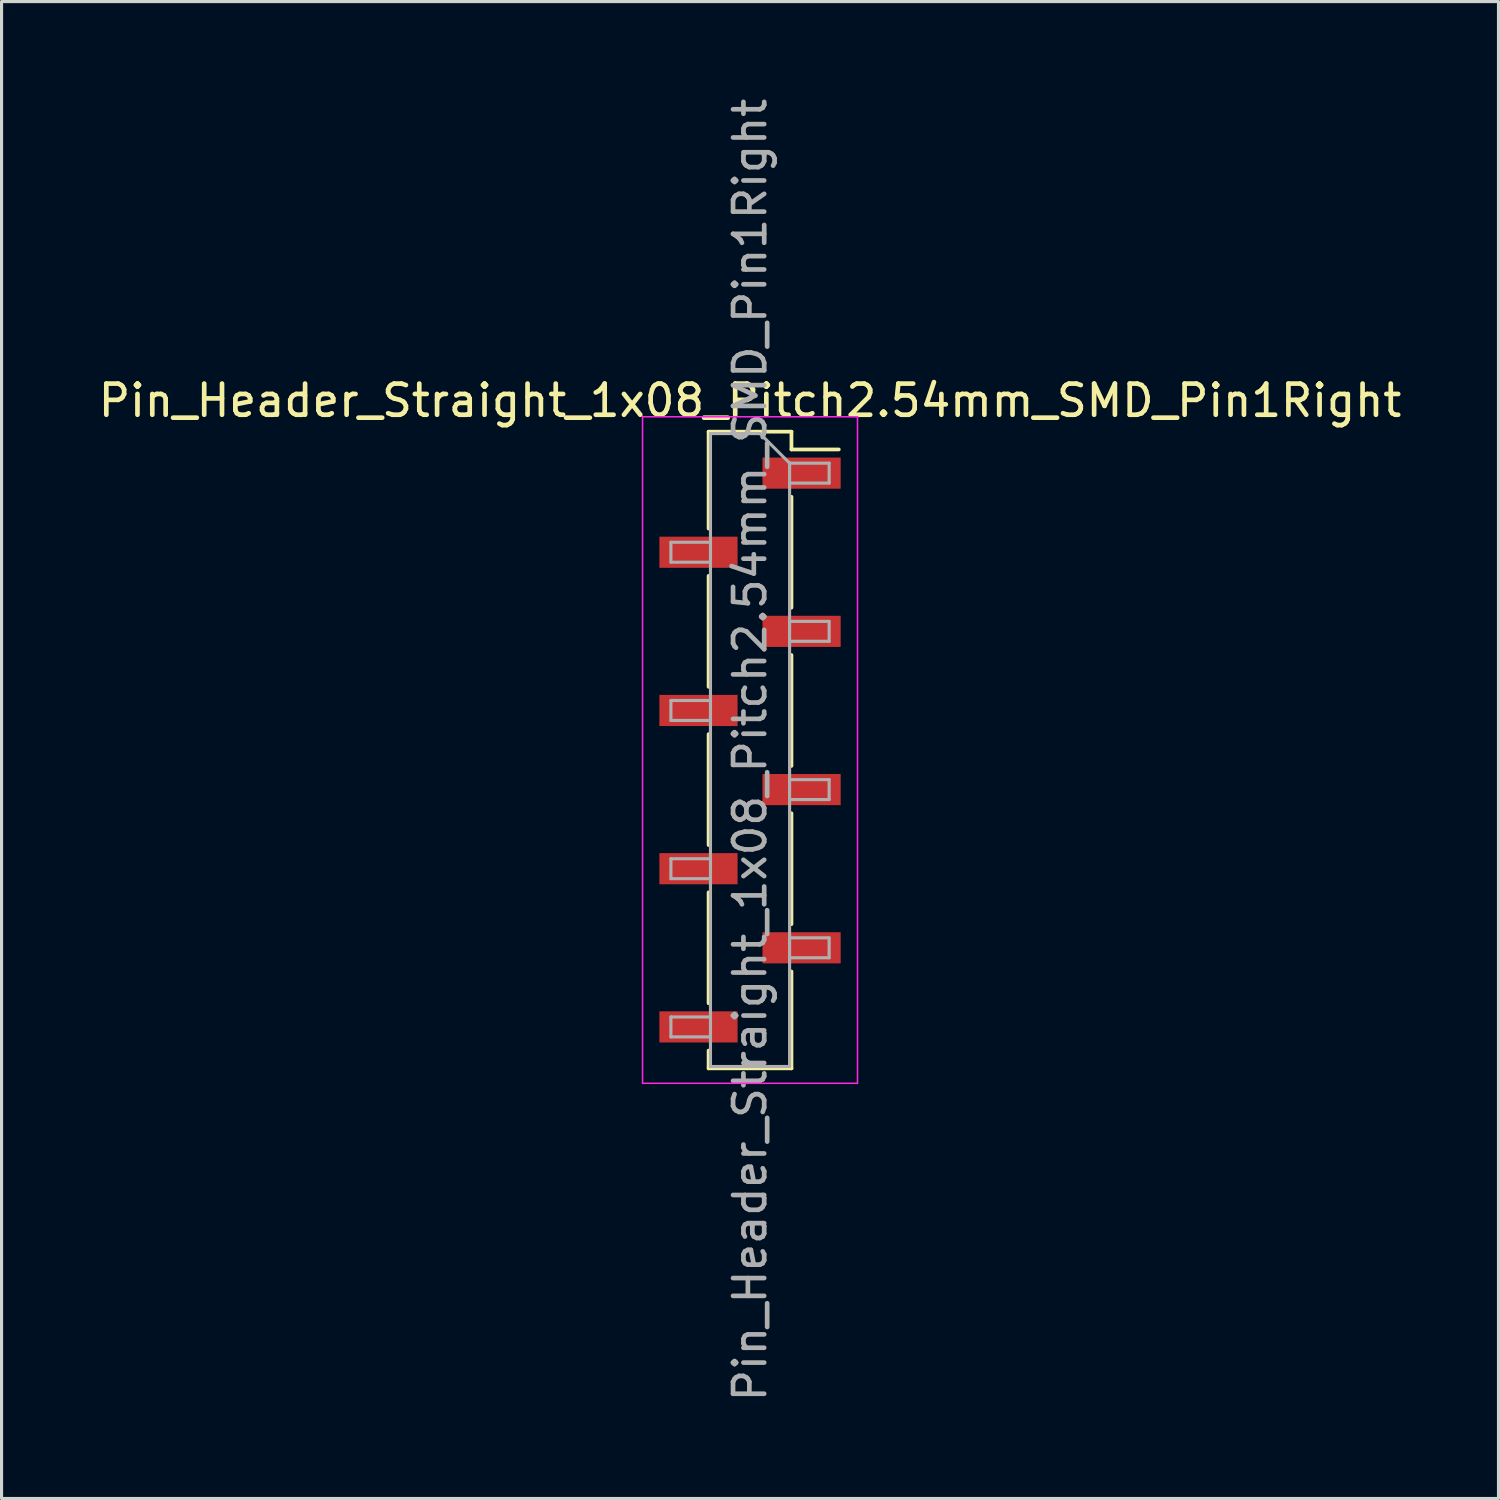
<source format=kicad_pcb>
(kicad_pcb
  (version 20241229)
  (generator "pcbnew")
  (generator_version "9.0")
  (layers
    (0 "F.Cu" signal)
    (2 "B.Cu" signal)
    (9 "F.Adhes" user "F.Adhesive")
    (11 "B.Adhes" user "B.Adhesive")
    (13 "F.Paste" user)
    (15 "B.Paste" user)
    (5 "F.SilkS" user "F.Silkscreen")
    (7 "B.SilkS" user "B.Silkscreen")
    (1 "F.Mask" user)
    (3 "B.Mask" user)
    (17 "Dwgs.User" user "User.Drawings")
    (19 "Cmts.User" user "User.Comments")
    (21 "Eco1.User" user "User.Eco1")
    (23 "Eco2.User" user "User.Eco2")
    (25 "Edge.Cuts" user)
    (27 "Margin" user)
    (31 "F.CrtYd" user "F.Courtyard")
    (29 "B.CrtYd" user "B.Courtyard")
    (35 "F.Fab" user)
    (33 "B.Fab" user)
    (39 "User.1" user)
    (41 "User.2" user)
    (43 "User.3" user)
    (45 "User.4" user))
  (footprint "Pin_Header_Straight_1x08_Pitch2.54mm_SMD_Pin1Right"
    (layer "F.Cu")
    (at 21.03 21.03)
    (property "Reference" "Pin_Header_Straight_1x08_Pitch2.54mm_SMD_Pin1Right" (at 0 -11.22 0) (layer "F.SilkS") (effects (font (size 1 1) (thickness 0.15))))
    (attr smd)
    (fp_line (start -1.33 -10.22) (end -1.33 -7.11) (stroke (width 0.12) (type solid)) (layer "F.SilkS"))
    (fp_line (start -1.33 -10.22) (end 1.33 -10.22) (stroke (width 0.12) (type solid)) (layer "F.SilkS"))
    (fp_line (start -1.33 -5.59) (end -1.33 -2.03) (stroke (width 0.12) (type solid)) (layer "F.SilkS"))
    (fp_line (start -1.33 -0.51) (end -1.33 3.05) (stroke (width 0.12) (type solid)) (layer "F.SilkS"))
    (fp_line (start -1.33 4.57) (end -1.33 8.13) (stroke (width 0.12) (type solid)) (layer "F.SilkS"))
    (fp_line (start -1.33 9.65) (end -1.33 10.22) (stroke (width 0.12) (type solid)) (layer "F.SilkS"))
    (fp_line (start -1.33 10.22) (end 1.33 10.22) (stroke (width 0.12) (type solid)) (layer "F.SilkS"))
    (fp_line (start 1.33 -10.22) (end 1.33 -9.65) (stroke (width 0.12) (type solid)) (layer "F.SilkS"))
    (fp_line (start 1.33 -9.65) (end 2.85 -9.65) (stroke (width 0.12) (type solid)) (layer "F.SilkS"))
    (fp_line (start 1.33 -8.13) (end 1.33 -4.57) (stroke (width 0.12) (type solid)) (layer "F.SilkS"))
    (fp_line (start 1.33 -3.05) (end 1.33 0.51) (stroke (width 0.12) (type solid)) (layer "F.SilkS"))
    (fp_line (start 1.33 2.03) (end 1.33 5.59) (stroke (width 0.12) (type solid)) (layer "F.SilkS"))
    (fp_line (start 1.33 7.11) (end 1.33 10.22) (stroke (width 0.12) (type solid)) (layer "F.SilkS"))
    (fp_line (start -3.45 -10.7) (end -3.45 10.7) (stroke (width 0.05) (type solid)) (layer "F.CrtYd"))
    (fp_line (start -3.45 10.7) (end 3.45 10.7) (stroke (width 0.05) (type solid)) (layer "F.CrtYd"))
    (fp_line (start 3.45 -10.7) (end -3.45 -10.7) (stroke (width 0.05) (type solid)) (layer "F.CrtYd"))
    (fp_line (start 3.45 10.7) (end 3.45 -10.7) (stroke (width 0.05) (type solid)) (layer "F.CrtYd"))
    (fp_line (start -2.54 -6.67) (end -2.54 -6.03) (stroke (width 0.1) (type solid)) (layer "F.Fab"))
    (fp_line (start -2.54 -6.03) (end -1.27 -6.03) (stroke (width 0.1) (type solid)) (layer "F.Fab"))
    (fp_line (start -2.54 -1.59) (end -2.54 -0.95) (stroke (width 0.1) (type solid)) (layer "F.Fab"))
    (fp_line (start -2.54 -0.95) (end -1.27 -0.95) (stroke (width 0.1) (type solid)) (layer "F.Fab"))
    (fp_line (start -2.54 3.49) (end -2.54 4.13) (stroke (width 0.1) (type solid)) (layer "F.Fab"))
    (fp_line (start -2.54 4.13) (end -1.27 4.13) (stroke (width 0.1) (type solid)) (layer "F.Fab"))
    (fp_line (start -2.54 8.57) (end -2.54 9.21) (stroke (width 0.1) (type solid)) (layer "F.Fab"))
    (fp_line (start -2.54 9.21) (end -1.27 9.21) (stroke (width 0.1) (type solid)) (layer "F.Fab"))
    (fp_line (start -1.27 -10.16) (end -1.27 10.16) (stroke (width 0.1) (type solid)) (layer "F.Fab"))
    (fp_line (start -1.27 -10.16) (end 0.32 -10.16) (stroke (width 0.1) (type solid)) (layer "F.Fab"))
    (fp_line (start -1.27 -6.67) (end -2.54 -6.67) (stroke (width 0.1) (type solid)) (layer "F.Fab"))
    (fp_line (start -1.27 -1.59) (end -2.54 -1.59) (stroke (width 0.1) (type solid)) (layer "F.Fab"))
    (fp_line (start -1.27 3.49) (end -2.54 3.49) (stroke (width 0.1) (type solid)) (layer "F.Fab"))
    (fp_line (start -1.27 8.57) (end -2.54 8.57) (stroke (width 0.1) (type solid)) (layer "F.Fab"))
    (fp_line (start 1.27 -9.21) (end 0.32 -10.16) (stroke (width 0.1) (type solid)) (layer "F.Fab"))
    (fp_line (start 1.27 -9.21) (end 2.54 -9.21) (stroke (width 0.1) (type solid)) (layer "F.Fab"))
    (fp_line (start 1.27 -4.13) (end 2.54 -4.13) (stroke (width 0.1) (type solid)) (layer "F.Fab"))
    (fp_line (start 1.27 0.95) (end 2.54 0.95) (stroke (width 0.1) (type solid)) (layer "F.Fab"))
    (fp_line (start 1.27 6.03) (end 2.54 6.03) (stroke (width 0.1) (type solid)) (layer "F.Fab"))
    (fp_line (start 1.27 10.16) (end -1.27 10.16) (stroke (width 0.1) (type solid)) (layer "F.Fab"))
    (fp_line (start 1.27 10.16) (end 1.27 -9.21) (stroke (width 0.1) (type solid)) (layer "F.Fab"))
    (fp_line (start 2.54 -9.21) (end 2.54 -8.57) (stroke (width 0.1) (type solid)) (layer "F.Fab"))
    (fp_line (start 2.54 -8.57) (end 1.27 -8.57) (stroke (width 0.1) (type solid)) (layer "F.Fab"))
    (fp_line (start 2.54 -4.13) (end 2.54 -3.49) (stroke (width 0.1) (type solid)) (layer "F.Fab"))
    (fp_line (start 2.54 -3.49) (end 1.27 -3.49) (stroke (width 0.1) (type solid)) (layer "F.Fab"))
    (fp_line (start 2.54 0.95) (end 2.54 1.59) (stroke (width 0.1) (type solid)) (layer "F.Fab"))
    (fp_line (start 2.54 1.59) (end 1.27 1.59) (stroke (width 0.1) (type solid)) (layer "F.Fab"))
    (fp_line (start 2.54 6.03) (end 2.54 6.67) (stroke (width 0.1) (type solid)) (layer "F.Fab"))
    (fp_line (start 2.54 6.67) (end 1.27 6.67) (stroke (width 0.1) (type solid)) (layer "F.Fab"))
    (fp_text user "${REFERENCE}" (at 0 0 90) (layer "F.Fab") (effects (font (size 1 1) (thickness 0.15))))
    (pad "1" smd rect (at 1.655 -8.89) (size 2.51 1) (layers "F.Cu" "F.Mask" "F.Paste"))
    (pad "2" smd rect (at -1.655 -6.35) (size 2.51 1) (layers "F.Cu" "F.Mask" "F.Paste"))
    (pad "3" smd rect (at 1.655 -3.81) (size 2.51 1) (layers "F.Cu" "F.Mask" "F.Paste"))
    (pad "4" smd rect (at -1.655 -1.27) (size 2.51 1) (layers "F.Cu" "F.Mask" "F.Paste"))
    (pad "5" smd rect (at 1.655 1.27) (size 2.51 1) (layers "F.Cu" "F.Mask" "F.Paste"))
    (pad "6" smd rect (at -1.655 3.81) (size 2.51 1) (layers "F.Cu" "F.Mask" "F.Paste"))
    (pad "7" smd rect (at 1.655 6.35) (size 2.51 1) (layers "F.Cu" "F.Mask" "F.Paste"))
    (pad "8" smd rect (at -1.655 8.89) (size 2.51 1) (layers "F.Cu" "F.Mask" "F.Paste")))
  (gr_rect
    (start -3 -3)
    (end 45.06 45.06)
    (stroke (width 0.1) (type default))
    (fill no)
    (layer "Edge.Cuts")))
</source>
